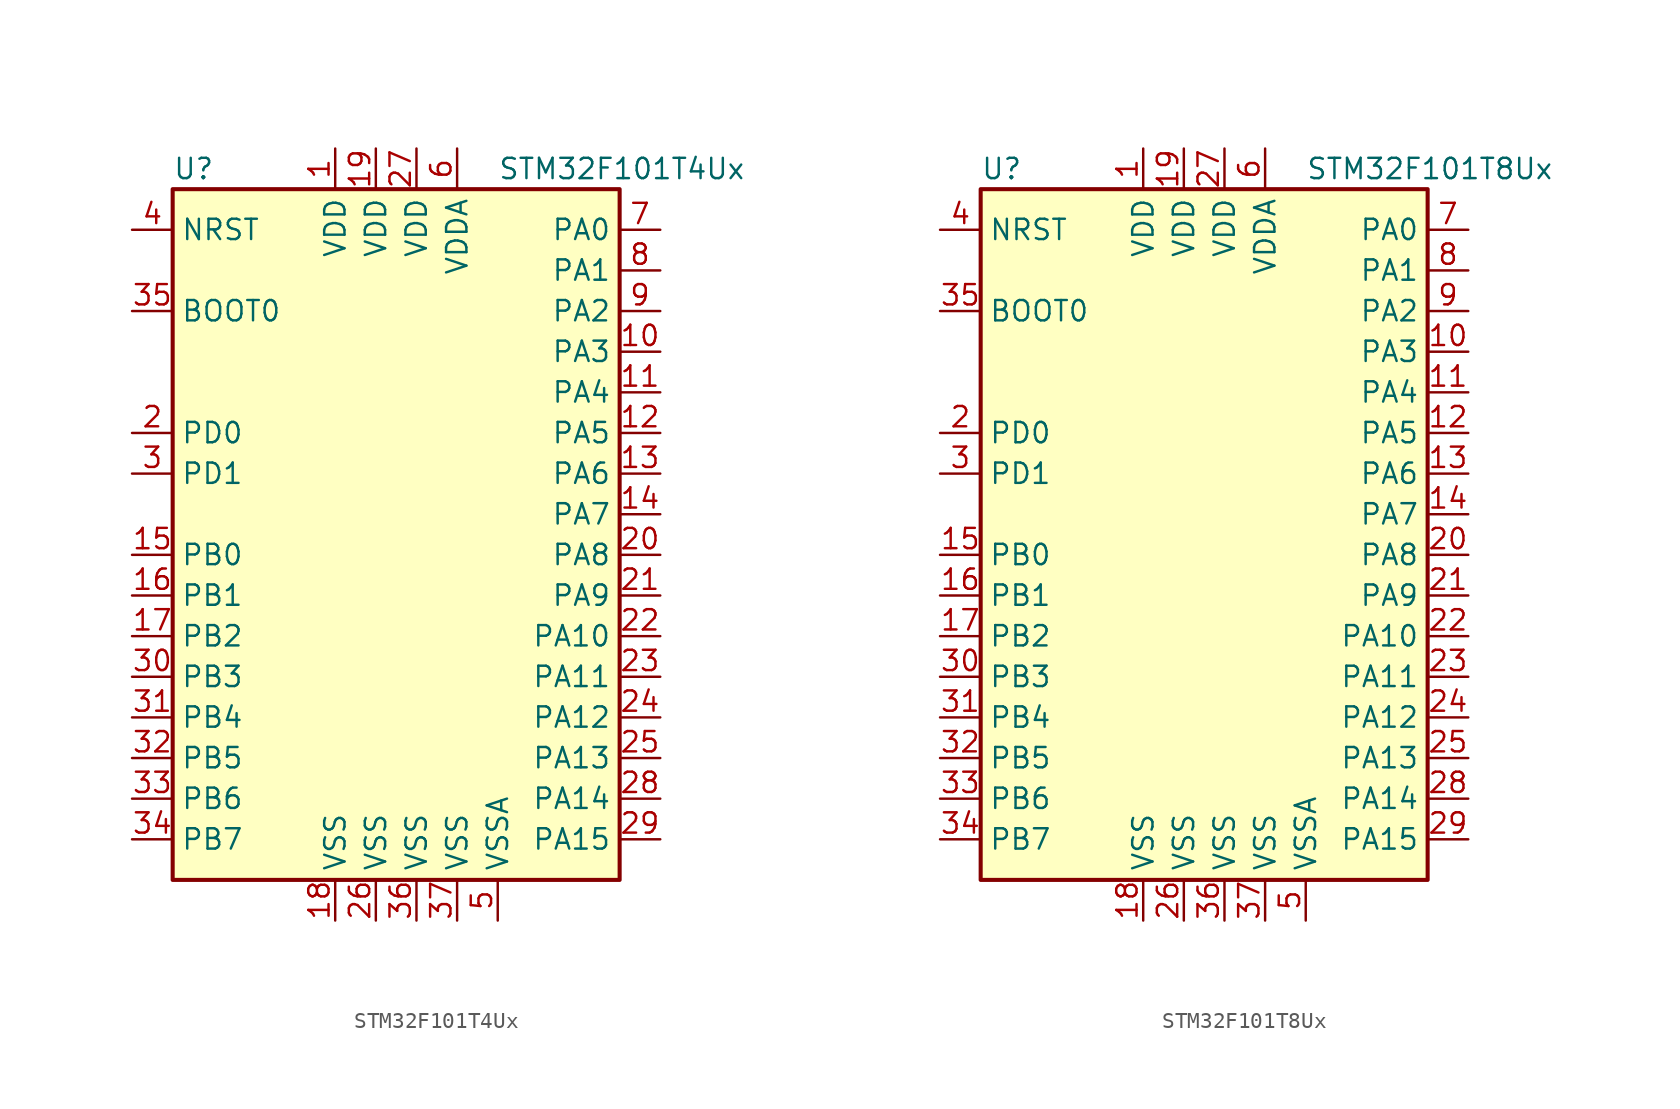
<source format=kicad_sym>
(kicad_symbol_lib
  (version 20201005)
  (generator kicad_symbol_editor)
  (symbol "STM32F101T4Ux"
    (property "Reference" "U"
      (at -15.24 21.59 0)
      (effects (font (size 1.27 1.27)) (justify left)))
    (property "Value" "STM32F101T4Ux"
      (at 5.08 21.59 0)
      (effects (font (size 1.27 1.27)) (justify left)))
    (symbol "STM32F101T4Ux_0_1"
      (rectangle (start -15.24 -22.86) (end 12.7 20.32) (stroke (width 0.254)) (fill (type background))))
    (symbol "STM32F101T4Ux_1_1"
      (pin power_in line (at -5.08 22.86 270) (length 2.54) (name "VDD" (effects (font (size 1.27 1.27)))) (number "1" (effects (font (size 1.27 1.27)))))
      (pin bidirectional line (at 15.24 10.16 180) (length 2.54) (name "PA3" (effects (font (size 1.27 1.27)))) (number "10" (effects (font (size 1.27 1.27)))))
      (pin bidirectional line (at 15.24 7.62 180) (length 2.54) (name "PA4" (effects (font (size 1.27 1.27)))) (number "11" (effects (font (size 1.27 1.27)))))
      (pin bidirectional line (at 15.24 5.08 180) (length 2.54) (name "PA5" (effects (font (size 1.27 1.27)))) (number "12" (effects (font (size 1.27 1.27)))))
      (pin bidirectional line (at 15.24 2.54 180) (length 2.54) (name "PA6" (effects (font (size 1.27 1.27)))) (number "13" (effects (font (size 1.27 1.27)))))
      (pin bidirectional line (at 15.24 0 180) (length 2.54) (name "PA7" (effects (font (size 1.27 1.27)))) (number "14" (effects (font (size 1.27 1.27)))))
      (pin bidirectional line (at -17.78 -2.54 0) (length 2.54) (name "PB0" (effects (font (size 1.27 1.27)))) (number "15" (effects (font (size 1.27 1.27)))))
      (pin bidirectional line (at -17.78 -5.08 0) (length 2.54) (name "PB1" (effects (font (size 1.27 1.27)))) (number "16" (effects (font (size 1.27 1.27)))))
      (pin bidirectional line (at -17.78 -7.62 0) (length 2.54) (name "PB2" (effects (font (size 1.27 1.27)))) (number "17" (effects (font (size 1.27 1.27)))))
      (pin power_in line (at -5.08 -25.4 90) (length 2.54) (name "VSS" (effects (font (size 1.27 1.27)))) (number "18" (effects (font (size 1.27 1.27)))))
      (pin power_in line (at -2.54 22.86 270) (length 2.54) (name "VDD" (effects (font (size 1.27 1.27)))) (number "19" (effects (font (size 1.27 1.27)))))
      (pin input line (at -17.78 5.08 0) (length 2.54) (name "PD0" (effects (font (size 1.27 1.27)))) (number "2" (effects (font (size 1.27 1.27)))))
      (pin bidirectional line (at 15.24 -2.54 180) (length 2.54) (name "PA8" (effects (font (size 1.27 1.27)))) (number "20" (effects (font (size 1.27 1.27)))))
      (pin bidirectional line (at 15.24 -5.08 180) (length 2.54) (name "PA9" (effects (font (size 1.27 1.27)))) (number "21" (effects (font (size 1.27 1.27)))))
      (pin bidirectional line (at 15.24 -7.62 180) (length 2.54) (name "PA10" (effects (font (size 1.27 1.27)))) (number "22" (effects (font (size 1.27 1.27)))))
      (pin bidirectional line (at 15.24 -10.16 180) (length 2.54) (name "PA11" (effects (font (size 1.27 1.27)))) (number "23" (effects (font (size 1.27 1.27)))))
      (pin bidirectional line (at 15.24 -12.7 180) (length 2.54) (name "PA12" (effects (font (size 1.27 1.27)))) (number "24" (effects (font (size 1.27 1.27)))))
      (pin bidirectional line (at 15.24 -15.24 180) (length 2.54) (name "PA13" (effects (font (size 1.27 1.27)))) (number "25" (effects (font (size 1.27 1.27)))))
      (pin power_in line (at -2.54 -25.4 90) (length 2.54) (name "VSS" (effects (font (size 1.27 1.27)))) (number "26" (effects (font (size 1.27 1.27)))))
      (pin power_in line (at 0 22.86 270) (length 2.54) (name "VDD" (effects (font (size 1.27 1.27)))) (number "27" (effects (font (size 1.27 1.27)))))
      (pin bidirectional line (at 15.24 -17.78 180) (length 2.54) (name "PA14" (effects (font (size 1.27 1.27)))) (number "28" (effects (font (size 1.27 1.27)))))
      (pin bidirectional line (at 15.24 -20.32 180) (length 2.54) (name "PA15" (effects (font (size 1.27 1.27)))) (number "29" (effects (font (size 1.27 1.27)))))
      (pin input line (at -17.78 2.54 0) (length 2.54) (name "PD1" (effects (font (size 1.27 1.27)))) (number "3" (effects (font (size 1.27 1.27)))))
      (pin bidirectional line (at -17.78 -10.16 0) (length 2.54) (name "PB3" (effects (font (size 1.27 1.27)))) (number "30" (effects (font (size 1.27 1.27)))))
      (pin bidirectional line (at -17.78 -12.7 0) (length 2.54) (name "PB4" (effects (font (size 1.27 1.27)))) (number "31" (effects (font (size 1.27 1.27)))))
      (pin bidirectional line (at -17.78 -15.24 0) (length 2.54) (name "PB5" (effects (font (size 1.27 1.27)))) (number "32" (effects (font (size 1.27 1.27)))))
      (pin bidirectional line (at -17.78 -17.78 0) (length 2.54) (name "PB6" (effects (font (size 1.27 1.27)))) (number "33" (effects (font (size 1.27 1.27)))))
      (pin bidirectional line (at -17.78 -20.32 0) (length 2.54) (name "PB7" (effects (font (size 1.27 1.27)))) (number "34" (effects (font (size 1.27 1.27)))))
      (pin input line (at -17.78 12.7 0) (length 2.54) (name "BOOT0" (effects (font (size 1.27 1.27)))) (number "35" (effects (font (size 1.27 1.27)))))
      (pin power_in line (at 0 -25.4 90) (length 2.54) (name "VSS" (effects (font (size 1.27 1.27)))) (number "36" (effects (font (size 1.27 1.27)))))
      (pin power_in line (at 2.54 -25.4 90) (length 2.54) (name "VSS" (effects (font (size 1.27 1.27)))) (number "37" (effects (font (size 1.27 1.27)))))
      (pin input line (at -17.78 17.78 0) (length 2.54) (name "NRST" (effects (font (size 1.27 1.27)))) (number "4" (effects (font (size 1.27 1.27)))))
      (pin power_in line (at 5.08 -25.4 90) (length 2.54) (name "VSSA" (effects (font (size 1.27 1.27)))) (number "5" (effects (font (size 1.27 1.27)))))
      (pin power_in line (at 2.54 22.86 270) (length 2.54) (name "VDDA" (effects (font (size 1.27 1.27)))) (number "6" (effects (font (size 1.27 1.27)))))
      (pin bidirectional line (at 15.24 17.78 180) (length 2.54) (name "PA0" (effects (font (size 1.27 1.27)))) (number "7" (effects (font (size 1.27 1.27)))))
      (pin bidirectional line (at 15.24 15.24 180) (length 2.54) (name "PA1" (effects (font (size 1.27 1.27)))) (number "8" (effects (font (size 1.27 1.27)))))
      (pin bidirectional line (at 15.24 12.7 180) (length 2.54) (name "PA2" (effects (font (size 1.27 1.27)))) (number "9" (effects (font (size 1.27 1.27)))))))
  (symbol "STM32F101T8Ux"
    (property "Reference" "U"
      (at -15.24 21.59 0)
      (effects (font (size 1.27 1.27)) (justify left)))
    (property "Value" "STM32F101T8Ux"
      (at 5.08 21.59 0)
      (effects (font (size 1.27 1.27)) (justify left)))
    (symbol "STM32F101T8Ux_0_1"
      (rectangle (start -15.24 -22.86) (end 12.7 20.32) (stroke (width 0.254)) (fill (type background))))
    (symbol "STM32F101T8Ux_1_1"
      (pin power_in line (at -5.08 22.86 270) (length 2.54) (name "VDD" (effects (font (size 1.27 1.27)))) (number "1" (effects (font (size 1.27 1.27)))))
      (pin bidirectional line (at 15.24 10.16 180) (length 2.54) (name "PA3" (effects (font (size 1.27 1.27)))) (number "10" (effects (font (size 1.27 1.27)))))
      (pin bidirectional line (at 15.24 7.62 180) (length 2.54) (name "PA4" (effects (font (size 1.27 1.27)))) (number "11" (effects (font (size 1.27 1.27)))))
      (pin bidirectional line (at 15.24 5.08 180) (length 2.54) (name "PA5" (effects (font (size 1.27 1.27)))) (number "12" (effects (font (size 1.27 1.27)))))
      (pin bidirectional line (at 15.24 2.54 180) (length 2.54) (name "PA6" (effects (font (size 1.27 1.27)))) (number "13" (effects (font (size 1.27 1.27)))))
      (pin bidirectional line (at 15.24 0 180) (length 2.54) (name "PA7" (effects (font (size 1.27 1.27)))) (number "14" (effects (font (size 1.27 1.27)))))
      (pin bidirectional line (at -17.78 -2.54 0) (length 2.54) (name "PB0" (effects (font (size 1.27 1.27)))) (number "15" (effects (font (size 1.27 1.27)))))
      (pin bidirectional line (at -17.78 -5.08 0) (length 2.54) (name "PB1" (effects (font (size 1.27 1.27)))) (number "16" (effects (font (size 1.27 1.27)))))
      (pin bidirectional line (at -17.78 -7.62 0) (length 2.54) (name "PB2" (effects (font (size 1.27 1.27)))) (number "17" (effects (font (size 1.27 1.27)))))
      (pin power_in line (at -5.08 -25.4 90) (length 2.54) (name "VSS" (effects (font (size 1.27 1.27)))) (number "18" (effects (font (size 1.27 1.27)))))
      (pin power_in line (at -2.54 22.86 270) (length 2.54) (name "VDD" (effects (font (size 1.27 1.27)))) (number "19" (effects (font (size 1.27 1.27)))))
      (pin input line (at -17.78 5.08 0) (length 2.54) (name "PD0" (effects (font (size 1.27 1.27)))) (number "2" (effects (font (size 1.27 1.27)))))
      (pin bidirectional line (at 15.24 -2.54 180) (length 2.54) (name "PA8" (effects (font (size 1.27 1.27)))) (number "20" (effects (font (size 1.27 1.27)))))
      (pin bidirectional line (at 15.24 -5.08 180) (length 2.54) (name "PA9" (effects (font (size 1.27 1.27)))) (number "21" (effects (font (size 1.27 1.27)))))
      (pin bidirectional line (at 15.24 -7.62 180) (length 2.54) (name "PA10" (effects (font (size 1.27 1.27)))) (number "22" (effects (font (size 1.27 1.27)))))
      (pin bidirectional line (at 15.24 -10.16 180) (length 2.54) (name "PA11" (effects (font (size 1.27 1.27)))) (number "23" (effects (font (size 1.27 1.27)))))
      (pin bidirectional line (at 15.24 -12.7 180) (length 2.54) (name "PA12" (effects (font (size 1.27 1.27)))) (number "24" (effects (font (size 1.27 1.27)))))
      (pin bidirectional line (at 15.24 -15.24 180) (length 2.54) (name "PA13" (effects (font (size 1.27 1.27)))) (number "25" (effects (font (size 1.27 1.27)))))
      (pin power_in line (at -2.54 -25.4 90) (length 2.54) (name "VSS" (effects (font (size 1.27 1.27)))) (number "26" (effects (font (size 1.27 1.27)))))
      (pin power_in line (at 0 22.86 270) (length 2.54) (name "VDD" (effects (font (size 1.27 1.27)))) (number "27" (effects (font (size 1.27 1.27)))))
      (pin bidirectional line (at 15.24 -17.78 180) (length 2.54) (name "PA14" (effects (font (size 1.27 1.27)))) (number "28" (effects (font (size 1.27 1.27)))))
      (pin bidirectional line (at 15.24 -20.32 180) (length 2.54) (name "PA15" (effects (font (size 1.27 1.27)))) (number "29" (effects (font (size 1.27 1.27)))))
      (pin input line (at -17.78 2.54 0) (length 2.54) (name "PD1" (effects (font (size 1.27 1.27)))) (number "3" (effects (font (size 1.27 1.27)))))
      (pin bidirectional line (at -17.78 -10.16 0) (length 2.54) (name "PB3" (effects (font (size 1.27 1.27)))) (number "30" (effects (font (size 1.27 1.27)))))
      (pin bidirectional line (at -17.78 -12.7 0) (length 2.54) (name "PB4" (effects (font (size 1.27 1.27)))) (number "31" (effects (font (size 1.27 1.27)))))
      (pin bidirectional line (at -17.78 -15.24 0) (length 2.54) (name "PB5" (effects (font (size 1.27 1.27)))) (number "32" (effects (font (size 1.27 1.27)))))
      (pin bidirectional line (at -17.78 -17.78 0) (length 2.54) (name "PB6" (effects (font (size 1.27 1.27)))) (number "33" (effects (font (size 1.27 1.27)))))
      (pin bidirectional line (at -17.78 -20.32 0) (length 2.54) (name "PB7" (effects (font (size 1.27 1.27)))) (number "34" (effects (font (size 1.27 1.27)))))
      (pin input line (at -17.78 12.7 0) (length 2.54) (name "BOOT0" (effects (font (size 1.27 1.27)))) (number "35" (effects (font (size 1.27 1.27)))))
      (pin power_in line (at 0 -25.4 90) (length 2.54) (name "VSS" (effects (font (size 1.27 1.27)))) (number "36" (effects (font (size 1.27 1.27)))))
      (pin power_in line (at 2.54 -25.4 90) (length 2.54) (name "VSS" (effects (font (size 1.27 1.27)))) (number "37" (effects (font (size 1.27 1.27)))))
      (pin input line (at -17.78 17.78 0) (length 2.54) (name "NRST" (effects (font (size 1.27 1.27)))) (number "4" (effects (font (size 1.27 1.27)))))
      (pin power_in line (at 5.08 -25.4 90) (length 2.54) (name "VSSA" (effects (font (size 1.27 1.27)))) (number "5" (effects (font (size 1.27 1.27)))))
      (pin power_in line (at 2.54 22.86 270) (length 2.54) (name "VDDA" (effects (font (size 1.27 1.27)))) (number "6" (effects (font (size 1.27 1.27)))))
      (pin bidirectional line (at 15.24 17.78 180) (length 2.54) (name "PA0" (effects (font (size 1.27 1.27)))) (number "7" (effects (font (size 1.27 1.27)))))
      (pin bidirectional line (at 15.24 15.24 180) (length 2.54) (name "PA1" (effects (font (size 1.27 1.27)))) (number "8" (effects (font (size 1.27 1.27)))))
      (pin bidirectional line (at 15.24 12.7 180) (length 2.54) (name "PA2" (effects (font (size 1.27 1.27)))) (number "9" (effects (font (size 1.27 1.27))))))))
</source>
